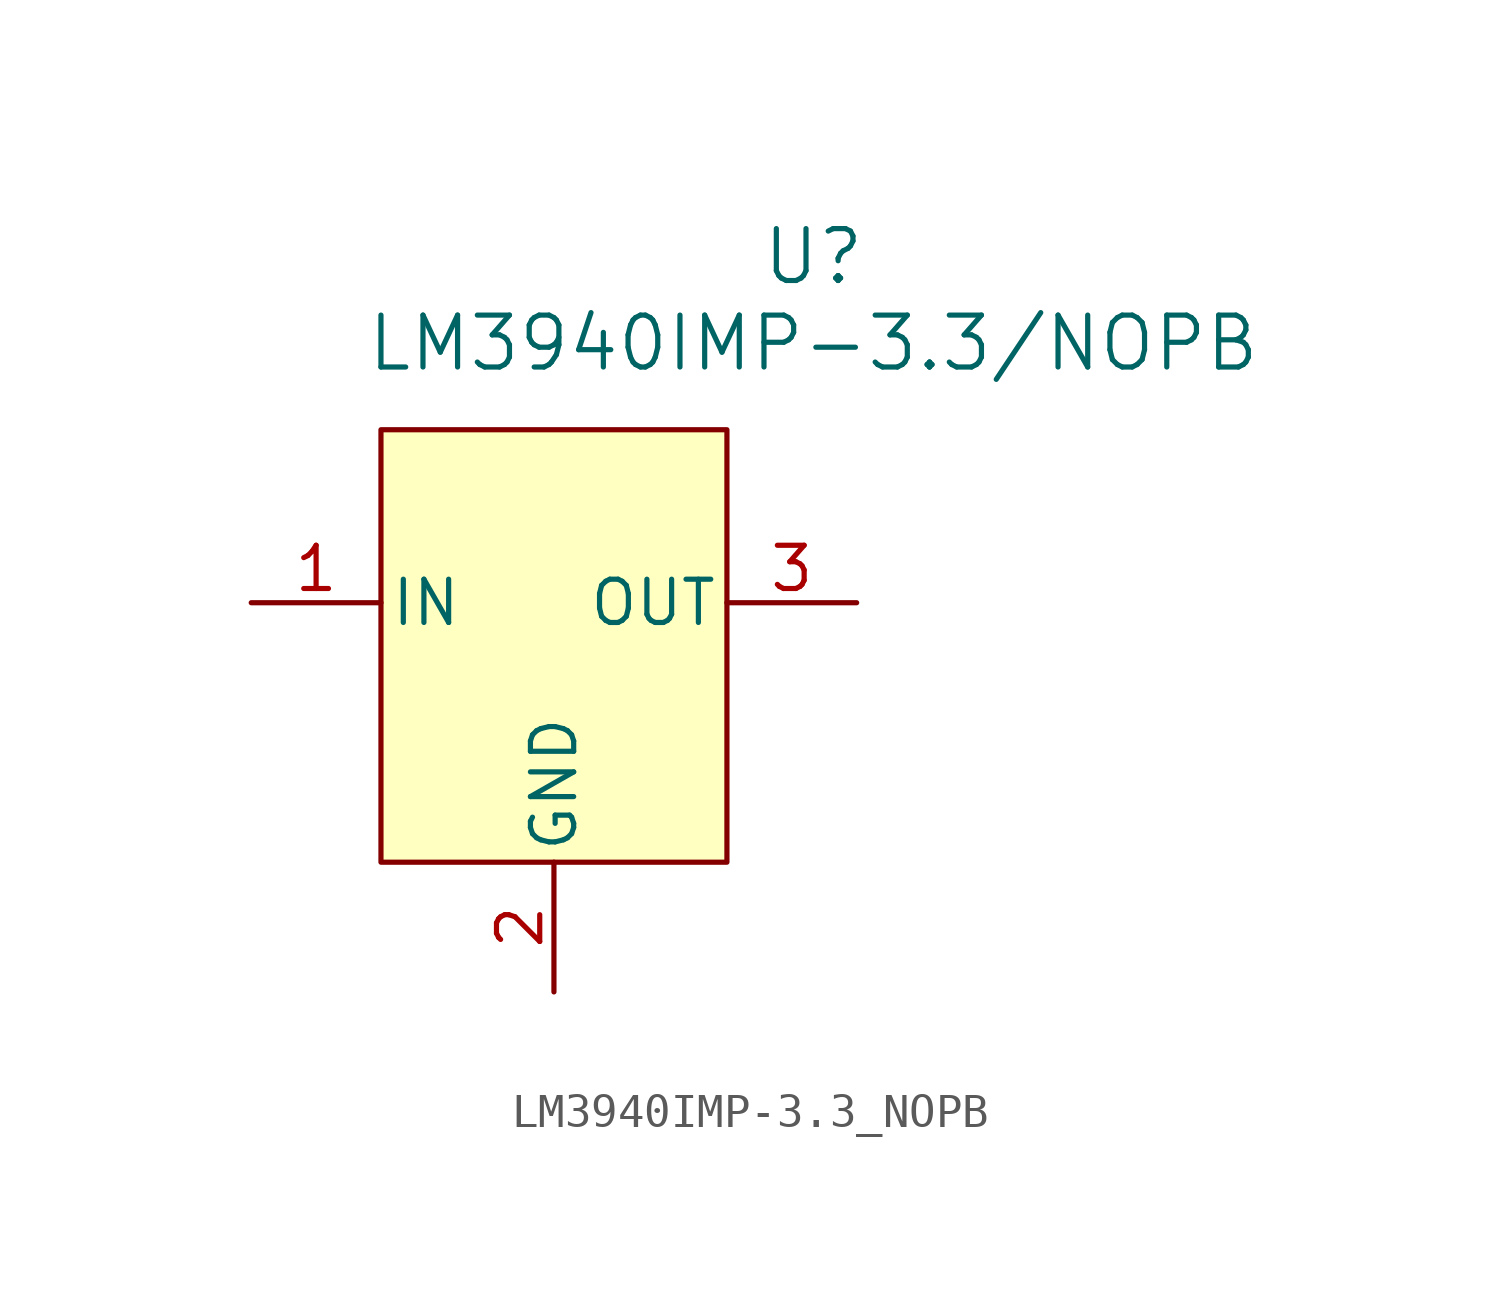
<source format=kicad_sym>
(kicad_symbol_lib
  (version 20231120)
  (generator "kicad_symbol_editor")
  (generator_version "8.0")
  (symbol "LM3940IMP-3.3_NOPB"
    (pin_names
      (offset 0.254))
    (property "Reference" "U"
      (at 20.32 10.16 0)
      (effects (font (size 1.524 1.524))))
    (property "Value" "LM3940IMP-3.3/NOPB"
      (at 20.32 7.62 0)
      (effects (font (size 1.524 1.524))))
    (property "ki_locked" ""
      (at 0 0 0)
      (effects (font (size 1.27 1.27))))
    (symbol "LM3940IMP-3.3_NOPB_1_1"
      (rectangle (start 7.62 5.08) (end 17.78 -7.62) (stroke (width 0) (type default)) (fill (type background)))
      (pin power_in line (at 3.81 0 0) (length 3.81) (name "IN" (effects (font (size 1.27 1.27)))) (number "1" (effects (font (size 1.27 1.27)))))
      (pin power_in line (at 12.7 -11.43 90) (length 3.81) (name "GND" (effects (font (size 1.27 1.27)))) (number "2" (effects (font (size 1.27 1.27)))))
      (pin power_out line (at 21.59 0 180) (length 3.81) (name "OUT" (effects (font (size 1.27 1.27)))) (number "3" (effects (font (size 1.27 1.27)))))
      (pin power_in line (at 12.7 -11.43 90) (length 3.81) hide (name "GND" (effects (font (size 1.27 1.27)))) (number "4" (effects (font (size 1.27 1.27))))))))
</source>
